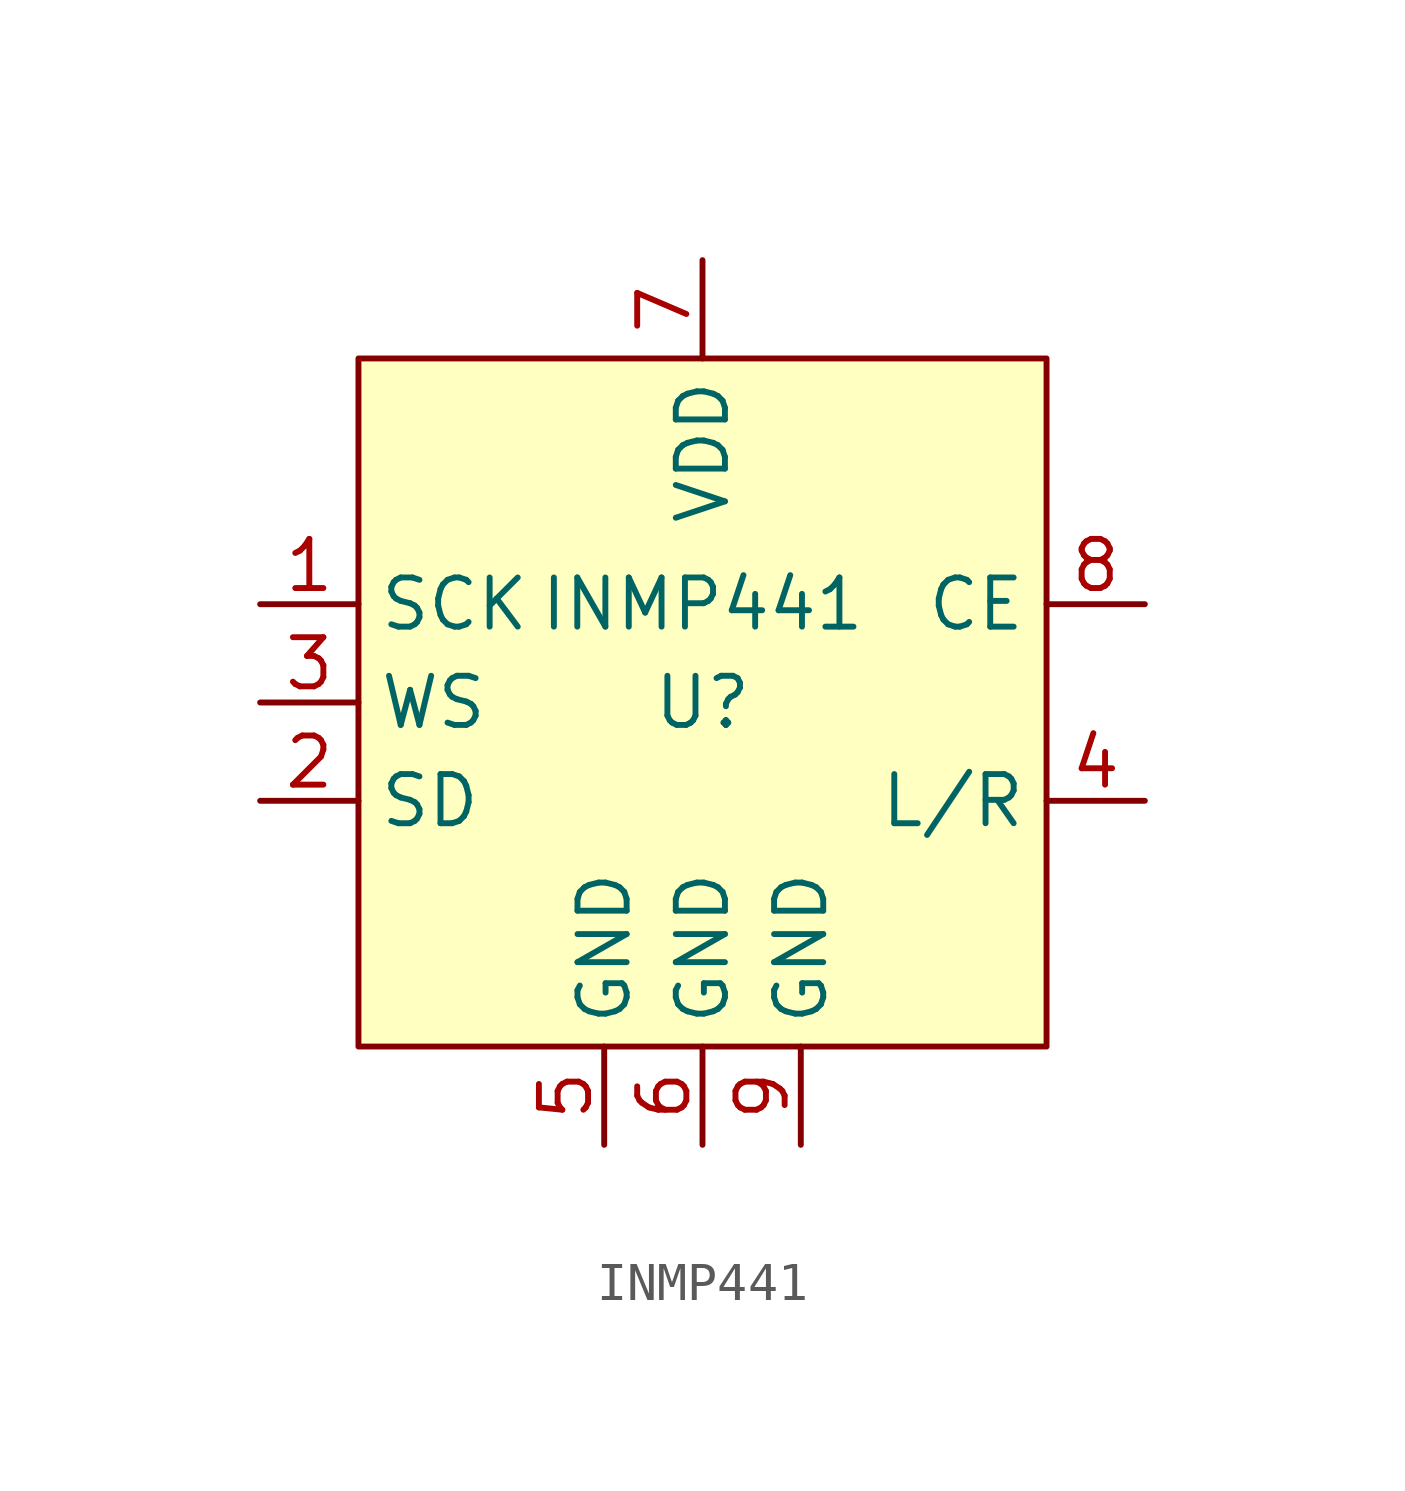
<source format=kicad_sym>
(kicad_symbol_lib
  (version 20211014)
  (generator kicad_symbol_editor)
  (symbol "INMP441"
    (property "Reference" "U"
      (at 0 0 0)
      (effects (font (size 1.27 1.27))))
    (property "Value" "INMP441"
      (at 0 2.54 0)
      (effects (font (size 1.27 1.27))))
    (symbol "INMP441_0_1"
      (rectangle (start -8.89 8.89) (end 8.89 -8.89) (stroke (width 0) (type default) (color 0 0 0 0)) (fill (type background))))
    (symbol "INMP441_1_1"
      (pin input line (at -11.43 2.54 0) (length 2.54) (name "SCK" (effects (font (size 1.27 1.27)))) (number "1" (effects (font (size 1.27 1.27)))))
      (pin input line (at -11.43 -2.54 0) (length 2.54) (name "SD" (effects (font (size 1.27 1.27)))) (number "2" (effects (font (size 1.27 1.27)))))
      (pin input line (at -11.43 0 0) (length 2.54) (name "WS" (effects (font (size 1.27 1.27)))) (number "3" (effects (font (size 1.27 1.27)))))
      (pin input line (at 11.43 -2.54 180) (length 2.54) (name "L/R" (effects (font (size 1.27 1.27)))) (number "4" (effects (font (size 1.27 1.27)))))
      (pin input line (at -2.54 -11.43 90) (length 2.54) (name "GND" (effects (font (size 1.27 1.27)))) (number "5" (effects (font (size 1.27 1.27)))))
      (pin input line (at 0 -11.43 90) (length 2.54) (name "GND" (effects (font (size 1.27 1.27)))) (number "6" (effects (font (size 1.27 1.27)))))
      (pin input line (at 0 11.43 270) (length 2.54) (name "VDD" (effects (font (size 1.27 1.27)))) (number "7" (effects (font (size 1.27 1.27)))))
      (pin input line (at 11.43 2.54 180) (length 2.54) (name "CE" (effects (font (size 1.27 1.27)))) (number "8" (effects (font (size 1.27 1.27)))))
      (pin input line (at 2.54 -11.43 90) (length 2.54) (name "GND" (effects (font (size 1.27 1.27)))) (number "9" (effects (font (size 1.27 1.27))))))))
</source>
